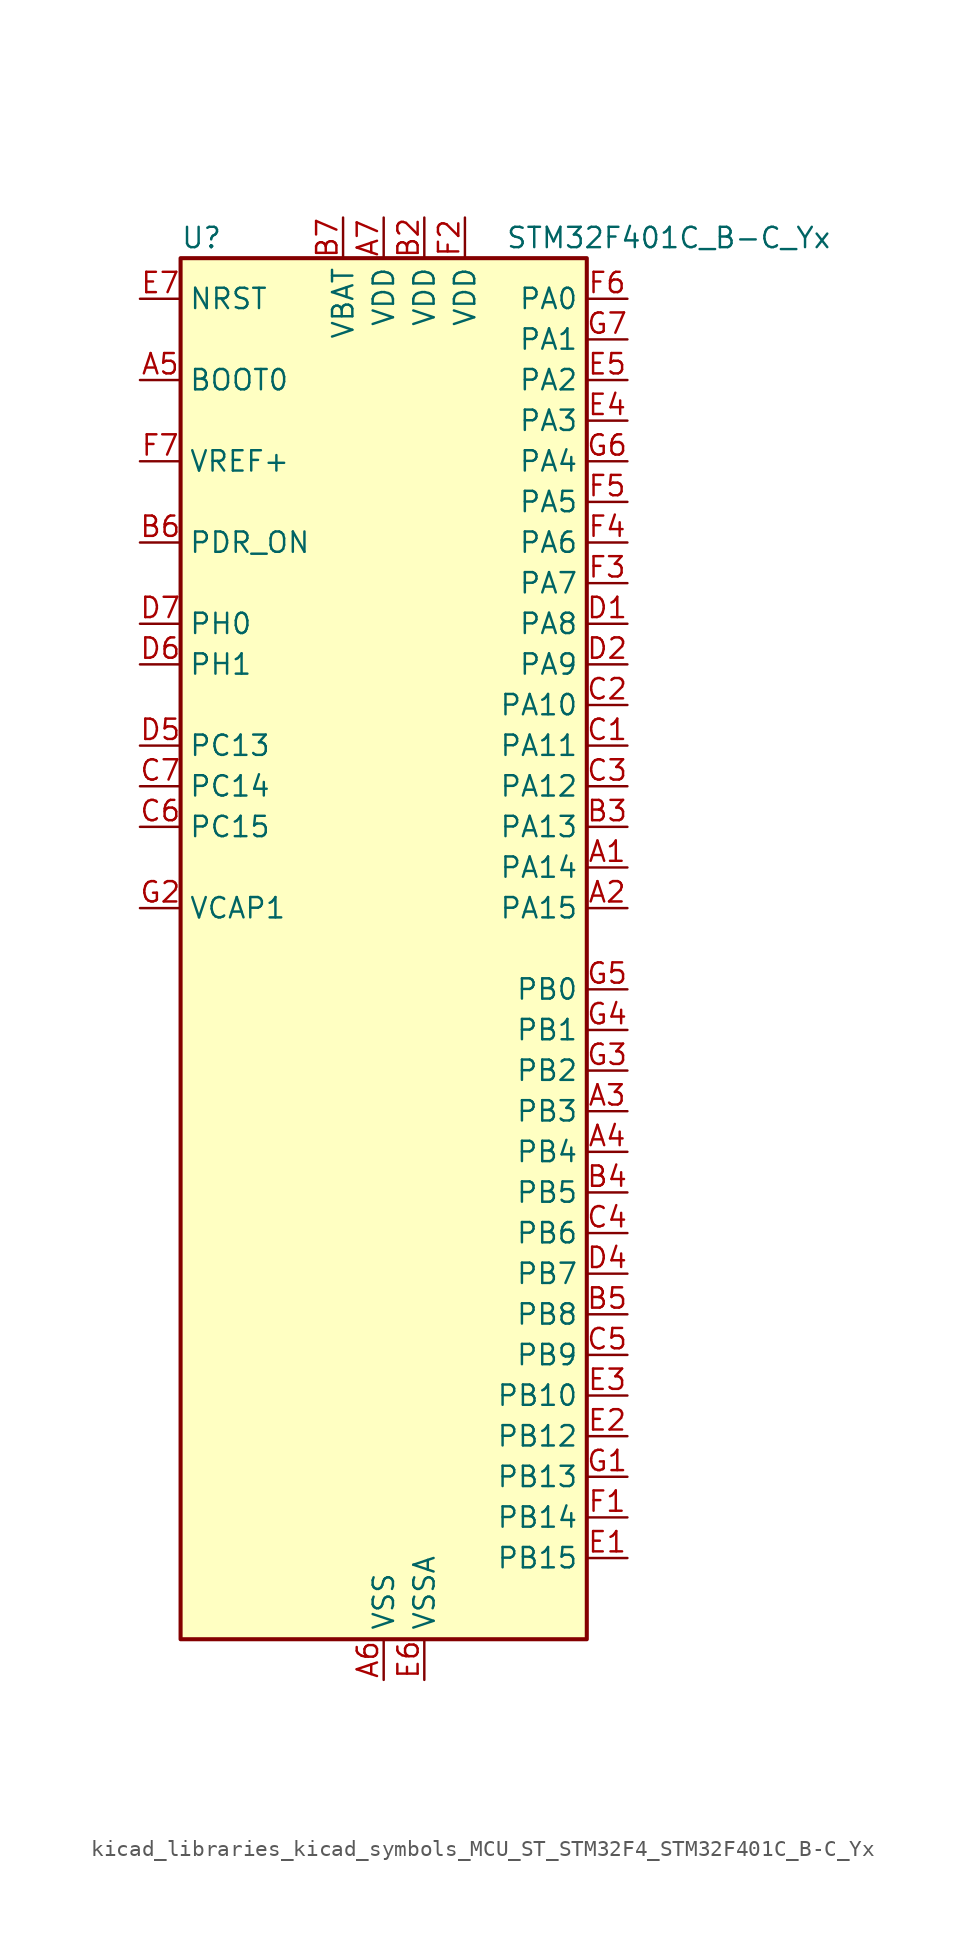
<source format=kicad_sym>
(kicad_symbol_lib
  (version 20220914)
  (generator kicad_symbol_editor)
  (symbol "kicad_libraries_kicad_symbols_MCU_ST_STM32F4_STM32F401C_B-C_Yx"
    (property "Reference" "U"
      (at -12.7 44.45 0)
      (effects (font (size 1.27 1.27)) (justify left)))
    (property "Value" "STM32F401C_B-C_Yx"
      (at 7.62 44.45 0)
      (effects (font (size 1.27 1.27)) (justify left)))
    (property "ki_locked" ""
      (at 0 0 0)
      (effects (font (size 1.27 1.27))))
    (symbol "kicad_libraries_kicad_symbols_MCU_ST_STM32F4_STM32F401C_B-C_Yx_0_1"
      (rectangle (start -12.7 -43.18) (end 12.7 43.18) (stroke (width 0.254) (type default)) (fill (type background))))
    (symbol "kicad_libraries_kicad_symbols_MCU_ST_STM32F4_STM32F401C_B-C_Yx_1_1"
      (pin bidirectional line (at 15.24 5.08 180) (length 2.54) (name "PA14" (effects (font (size 1.27 1.27)))) (number "A1" (effects (font (size 1.27 1.27)))) (alternate "SYS_JTCK-SWCLK" bidirectional line))
      (pin bidirectional line (at 15.24 2.54 180) (length 2.54) (name "PA15" (effects (font (size 1.27 1.27)))) (number "A2" (effects (font (size 1.27 1.27)))) (alternate "ADC1_EXTI15" bidirectional line) (alternate "I2S3_WS" bidirectional line) (alternate "SPI1_NSS" bidirectional line) (alternate "SPI3_NSS" bidirectional line) (alternate "SYS_JTDI" bidirectional line) (alternate "TIM2_CH1" bidirectional line) (alternate "TIM2_ETR" bidirectional line))
      (pin bidirectional line (at 15.24 -10.16 180) (length 2.54) (name "PB3" (effects (font (size 1.27 1.27)))) (number "A3" (effects (font (size 1.27 1.27)))) (alternate "I2C2_SDA" bidirectional line) (alternate "I2S3_CK" bidirectional line) (alternate "SPI1_SCK" bidirectional line) (alternate "SPI3_SCK" bidirectional line) (alternate "SYS_JTDO-SWO" bidirectional line) (alternate "TIM2_CH2" bidirectional line))
      (pin bidirectional line (at 15.24 -12.7 180) (length 2.54) (name "PB4" (effects (font (size 1.27 1.27)))) (number "A4" (effects (font (size 1.27 1.27)))) (alternate "I2C3_SDA" bidirectional line) (alternate "I2S3_ext_SD" bidirectional line) (alternate "SPI1_MISO" bidirectional line) (alternate "SPI3_MISO" bidirectional line) (alternate "SYS_JTRST" bidirectional line) (alternate "TIM3_CH1" bidirectional line))
      (pin input line (at -15.24 35.56 0) (length 2.54) (name "BOOT0" (effects (font (size 1.27 1.27)))) (number "A5" (effects (font (size 1.27 1.27)))))
      (pin power_in line (at 0 -45.72 90) (length 2.54) (name "VSS" (effects (font (size 1.27 1.27)))) (number "A6" (effects (font (size 1.27 1.27)))))
      (pin power_in line (at 0 45.72 270) (length 2.54) (name "VDD" (effects (font (size 1.27 1.27)))) (number "A7" (effects (font (size 1.27 1.27)))))
      (pin passive line (at 0 -45.72 90) (length 2.54) hide (name "VSS" (effects (font (size 1.27 1.27)))) (number "B1" (effects (font (size 1.27 1.27)))))
      (pin power_in line (at 2.54 45.72 270) (length 2.54) (name "VDD" (effects (font (size 1.27 1.27)))) (number "B2" (effects (font (size 1.27 1.27)))))
      (pin bidirectional line (at 15.24 7.62 180) (length 2.54) (name "PA13" (effects (font (size 1.27 1.27)))) (number "B3" (effects (font (size 1.27 1.27)))) (alternate "SYS_JTMS-SWDIO" bidirectional line))
      (pin bidirectional line (at 15.24 -15.24 180) (length 2.54) (name "PB5" (effects (font (size 1.27 1.27)))) (number "B4" (effects (font (size 1.27 1.27)))) (alternate "I2C1_SMBA" bidirectional line) (alternate "I2S3_SD" bidirectional line) (alternate "SPI1_MOSI" bidirectional line) (alternate "SPI3_MOSI" bidirectional line) (alternate "TIM3_CH2" bidirectional line))
      (pin bidirectional line (at 15.24 -22.86 180) (length 2.54) (name "PB8" (effects (font (size 1.27 1.27)))) (number "B5" (effects (font (size 1.27 1.27)))) (alternate "I2C1_SCL" bidirectional line) (alternate "TIM10_CH1" bidirectional line) (alternate "TIM4_CH3" bidirectional line))
      (pin input line (at -15.24 25.4 0) (length 2.54) (name "PDR_ON" (effects (font (size 1.27 1.27)))) (number "B6" (effects (font (size 1.27 1.27)))))
      (pin power_in line (at -2.54 45.72 270) (length 2.54) (name "VBAT" (effects (font (size 1.27 1.27)))) (number "B7" (effects (font (size 1.27 1.27)))))
      (pin bidirectional line (at 15.24 12.7 180) (length 2.54) (name "PA11" (effects (font (size 1.27 1.27)))) (number "C1" (effects (font (size 1.27 1.27)))) (alternate "ADC1_EXTI11" bidirectional line) (alternate "TIM1_CH4" bidirectional line) (alternate "USART1_CTS" bidirectional line) (alternate "USART6_TX" bidirectional line) (alternate "USB_OTG_FS_DM" bidirectional line))
      (pin bidirectional line (at 15.24 15.24 180) (length 2.54) (name "PA10" (effects (font (size 1.27 1.27)))) (number "C2" (effects (font (size 1.27 1.27)))) (alternate "TIM1_CH3" bidirectional line) (alternate "USART1_RX" bidirectional line) (alternate "USB_OTG_FS_ID" bidirectional line))
      (pin bidirectional line (at 15.24 10.16 180) (length 2.54) (name "PA12" (effects (font (size 1.27 1.27)))) (number "C3" (effects (font (size 1.27 1.27)))) (alternate "TIM1_ETR" bidirectional line) (alternate "USART1_RTS" bidirectional line) (alternate "USART6_RX" bidirectional line) (alternate "USB_OTG_FS_DP" bidirectional line))
      (pin bidirectional line (at 15.24 -17.78 180) (length 2.54) (name "PB6" (effects (font (size 1.27 1.27)))) (number "C4" (effects (font (size 1.27 1.27)))) (alternate "I2C1_SCL" bidirectional line) (alternate "TIM4_CH1" bidirectional line) (alternate "USART1_TX" bidirectional line))
      (pin bidirectional line (at 15.24 -25.4 180) (length 2.54) (name "PB9" (effects (font (size 1.27 1.27)))) (number "C5" (effects (font (size 1.27 1.27)))) (alternate "I2C1_SDA" bidirectional line) (alternate "I2S2_WS" bidirectional line) (alternate "SPI2_NSS" bidirectional line) (alternate "TIM11_CH1" bidirectional line) (alternate "TIM4_CH4" bidirectional line))
      (pin bidirectional line (at -15.24 7.62 0) (length 2.54) (name "PC15" (effects (font (size 1.27 1.27)))) (number "C6" (effects (font (size 1.27 1.27)))) (alternate "ADC1_EXTI15" bidirectional line) (alternate "RCC_OSC32_OUT" bidirectional line))
      (pin bidirectional line (at -15.24 10.16 0) (length 2.54) (name "PC14" (effects (font (size 1.27 1.27)))) (number "C7" (effects (font (size 1.27 1.27)))) (alternate "RCC_OSC32_IN" bidirectional line))
      (pin bidirectional line (at 15.24 20.32 180) (length 2.54) (name "PA8" (effects (font (size 1.27 1.27)))) (number "D1" (effects (font (size 1.27 1.27)))) (alternate "I2C3_SCL" bidirectional line) (alternate "RCC_MCO_1" bidirectional line) (alternate "TIM1_CH1" bidirectional line) (alternate "USART1_CK" bidirectional line) (alternate "USB_OTG_FS_SOF" bidirectional line))
      (pin bidirectional line (at 15.24 17.78 180) (length 2.54) (name "PA9" (effects (font (size 1.27 1.27)))) (number "D2" (effects (font (size 1.27 1.27)))) (alternate "I2C3_SMBA" bidirectional line) (alternate "TIM1_CH2" bidirectional line) (alternate "USART1_TX" bidirectional line) (alternate "USB_OTG_FS_VBUS" bidirectional line))
      (pin passive line (at 0 -45.72 90) (length 2.54) hide (name "VSS" (effects (font (size 1.27 1.27)))) (number "D3" (effects (font (size 1.27 1.27)))))
      (pin bidirectional line (at 15.24 -20.32 180) (length 2.54) (name "PB7" (effects (font (size 1.27 1.27)))) (number "D4" (effects (font (size 1.27 1.27)))) (alternate "I2C1_SDA" bidirectional line) (alternate "TIM4_CH2" bidirectional line) (alternate "USART1_RX" bidirectional line))
      (pin bidirectional line (at -15.24 12.7 0) (length 2.54) (name "PC13" (effects (font (size 1.27 1.27)))) (number "D5" (effects (font (size 1.27 1.27)))) (alternate "RTC_AF1" bidirectional line))
      (pin bidirectional line (at -15.24 17.78 0) (length 2.54) (name "PH1" (effects (font (size 1.27 1.27)))) (number "D6" (effects (font (size 1.27 1.27)))) (alternate "RCC_OSC_OUT" bidirectional line))
      (pin bidirectional line (at -15.24 20.32 0) (length 2.54) (name "PH0" (effects (font (size 1.27 1.27)))) (number "D7" (effects (font (size 1.27 1.27)))) (alternate "RCC_OSC_IN" bidirectional line))
      (pin bidirectional line (at 15.24 -38.1 180) (length 2.54) (name "PB15" (effects (font (size 1.27 1.27)))) (number "E1" (effects (font (size 1.27 1.27)))) (alternate "ADC1_EXTI15" bidirectional line) (alternate "I2S2_SD" bidirectional line) (alternate "RTC_REFIN" bidirectional line) (alternate "SPI2_MOSI" bidirectional line) (alternate "TIM1_CH3N" bidirectional line))
      (pin bidirectional line (at 15.24 -30.48 180) (length 2.54) (name "PB12" (effects (font (size 1.27 1.27)))) (number "E2" (effects (font (size 1.27 1.27)))) (alternate "I2C2_SMBA" bidirectional line) (alternate "I2S2_WS" bidirectional line) (alternate "SPI2_NSS" bidirectional line) (alternate "TIM1_BKIN" bidirectional line))
      (pin bidirectional line (at 15.24 -27.94 180) (length 2.54) (name "PB10" (effects (font (size 1.27 1.27)))) (number "E3" (effects (font (size 1.27 1.27)))) (alternate "I2C2_SCL" bidirectional line) (alternate "I2S2_CK" bidirectional line) (alternate "SPI2_SCK" bidirectional line) (alternate "TIM2_CH3" bidirectional line))
      (pin bidirectional line (at 15.24 33.02 180) (length 2.54) (name "PA3" (effects (font (size 1.27 1.27)))) (number "E4" (effects (font (size 1.27 1.27)))) (alternate "ADC1_IN3" bidirectional line) (alternate "TIM2_CH4" bidirectional line) (alternate "TIM5_CH4" bidirectional line) (alternate "TIM9_CH2" bidirectional line) (alternate "USART2_RX" bidirectional line))
      (pin bidirectional line (at 15.24 35.56 180) (length 2.54) (name "PA2" (effects (font (size 1.27 1.27)))) (number "E5" (effects (font (size 1.27 1.27)))) (alternate "ADC1_IN2" bidirectional line) (alternate "TIM2_CH3" bidirectional line) (alternate "TIM5_CH3" bidirectional line) (alternate "TIM9_CH1" bidirectional line) (alternate "USART2_TX" bidirectional line))
      (pin power_in line (at 2.54 -45.72 90) (length 2.54) (name "VSSA" (effects (font (size 1.27 1.27)))) (number "E6" (effects (font (size 1.27 1.27)))))
      (pin input line (at -15.24 40.64 0) (length 2.54) (name "NRST" (effects (font (size 1.27 1.27)))) (number "E7" (effects (font (size 1.27 1.27)))))
      (pin bidirectional line (at 15.24 -35.56 180) (length 2.54) (name "PB14" (effects (font (size 1.27 1.27)))) (number "F1" (effects (font (size 1.27 1.27)))) (alternate "I2S2_ext_SD" bidirectional line) (alternate "SPI2_MISO" bidirectional line) (alternate "TIM1_CH2N" bidirectional line))
      (pin power_in line (at 5.08 45.72 270) (length 2.54) (name "VDD" (effects (font (size 1.27 1.27)))) (number "F2" (effects (font (size 1.27 1.27)))))
      (pin bidirectional line (at 15.24 22.86 180) (length 2.54) (name "PA7" (effects (font (size 1.27 1.27)))) (number "F3" (effects (font (size 1.27 1.27)))) (alternate "ADC1_IN7" bidirectional line) (alternate "SPI1_MOSI" bidirectional line) (alternate "TIM1_CH1N" bidirectional line) (alternate "TIM3_CH2" bidirectional line))
      (pin bidirectional line (at 15.24 25.4 180) (length 2.54) (name "PA6" (effects (font (size 1.27 1.27)))) (number "F4" (effects (font (size 1.27 1.27)))) (alternate "ADC1_IN6" bidirectional line) (alternate "SPI1_MISO" bidirectional line) (alternate "TIM1_BKIN" bidirectional line) (alternate "TIM3_CH1" bidirectional line))
      (pin bidirectional line (at 15.24 27.94 180) (length 2.54) (name "PA5" (effects (font (size 1.27 1.27)))) (number "F5" (effects (font (size 1.27 1.27)))) (alternate "ADC1_IN5" bidirectional line) (alternate "SPI1_SCK" bidirectional line) (alternate "TIM2_CH1" bidirectional line) (alternate "TIM2_ETR" bidirectional line))
      (pin bidirectional line (at 15.24 40.64 180) (length 2.54) (name "PA0" (effects (font (size 1.27 1.27)))) (number "F6" (effects (font (size 1.27 1.27)))) (alternate "ADC1_IN0" bidirectional line) (alternate "SYS_WKUP" bidirectional line) (alternate "TIM2_CH1" bidirectional line) (alternate "TIM2_ETR" bidirectional line) (alternate "TIM5_CH1" bidirectional line) (alternate "USART2_CTS" bidirectional line))
      (pin input line (at -15.24 30.48 0) (length 2.54) (name "VREF+" (effects (font (size 1.27 1.27)))) (number "F7" (effects (font (size 1.27 1.27)))))
      (pin bidirectional line (at 15.24 -33.02 180) (length 2.54) (name "PB13" (effects (font (size 1.27 1.27)))) (number "G1" (effects (font (size 1.27 1.27)))) (alternate "I2S2_CK" bidirectional line) (alternate "SPI2_SCK" bidirectional line) (alternate "TIM1_CH1N" bidirectional line))
      (pin power_out line (at -15.24 2.54 0) (length 2.54) (name "VCAP1" (effects (font (size 1.27 1.27)))) (number "G2" (effects (font (size 1.27 1.27)))))
      (pin bidirectional line (at 15.24 -7.62 180) (length 2.54) (name "PB2" (effects (font (size 1.27 1.27)))) (number "G3" (effects (font (size 1.27 1.27)))))
      (pin bidirectional line (at 15.24 -5.08 180) (length 2.54) (name "PB1" (effects (font (size 1.27 1.27)))) (number "G4" (effects (font (size 1.27 1.27)))) (alternate "ADC1_IN9" bidirectional line) (alternate "TIM1_CH3N" bidirectional line) (alternate "TIM3_CH4" bidirectional line))
      (pin bidirectional line (at 15.24 -2.54 180) (length 2.54) (name "PB0" (effects (font (size 1.27 1.27)))) (number "G5" (effects (font (size 1.27 1.27)))) (alternate "ADC1_IN8" bidirectional line) (alternate "TIM1_CH2N" bidirectional line) (alternate "TIM3_CH3" bidirectional line))
      (pin bidirectional line (at 15.24 30.48 180) (length 2.54) (name "PA4" (effects (font (size 1.27 1.27)))) (number "G6" (effects (font (size 1.27 1.27)))) (alternate "ADC1_IN4" bidirectional line) (alternate "I2S3_WS" bidirectional line) (alternate "SPI1_NSS" bidirectional line) (alternate "SPI3_NSS" bidirectional line) (alternate "USART2_CK" bidirectional line))
      (pin bidirectional line (at 15.24 38.1 180) (length 2.54) (name "PA1" (effects (font (size 1.27 1.27)))) (number "G7" (effects (font (size 1.27 1.27)))) (alternate "ADC1_IN1" bidirectional line) (alternate "TIM2_CH2" bidirectional line) (alternate "TIM5_CH2" bidirectional line) (alternate "USART2_RTS" bidirectional line)))))
</source>
